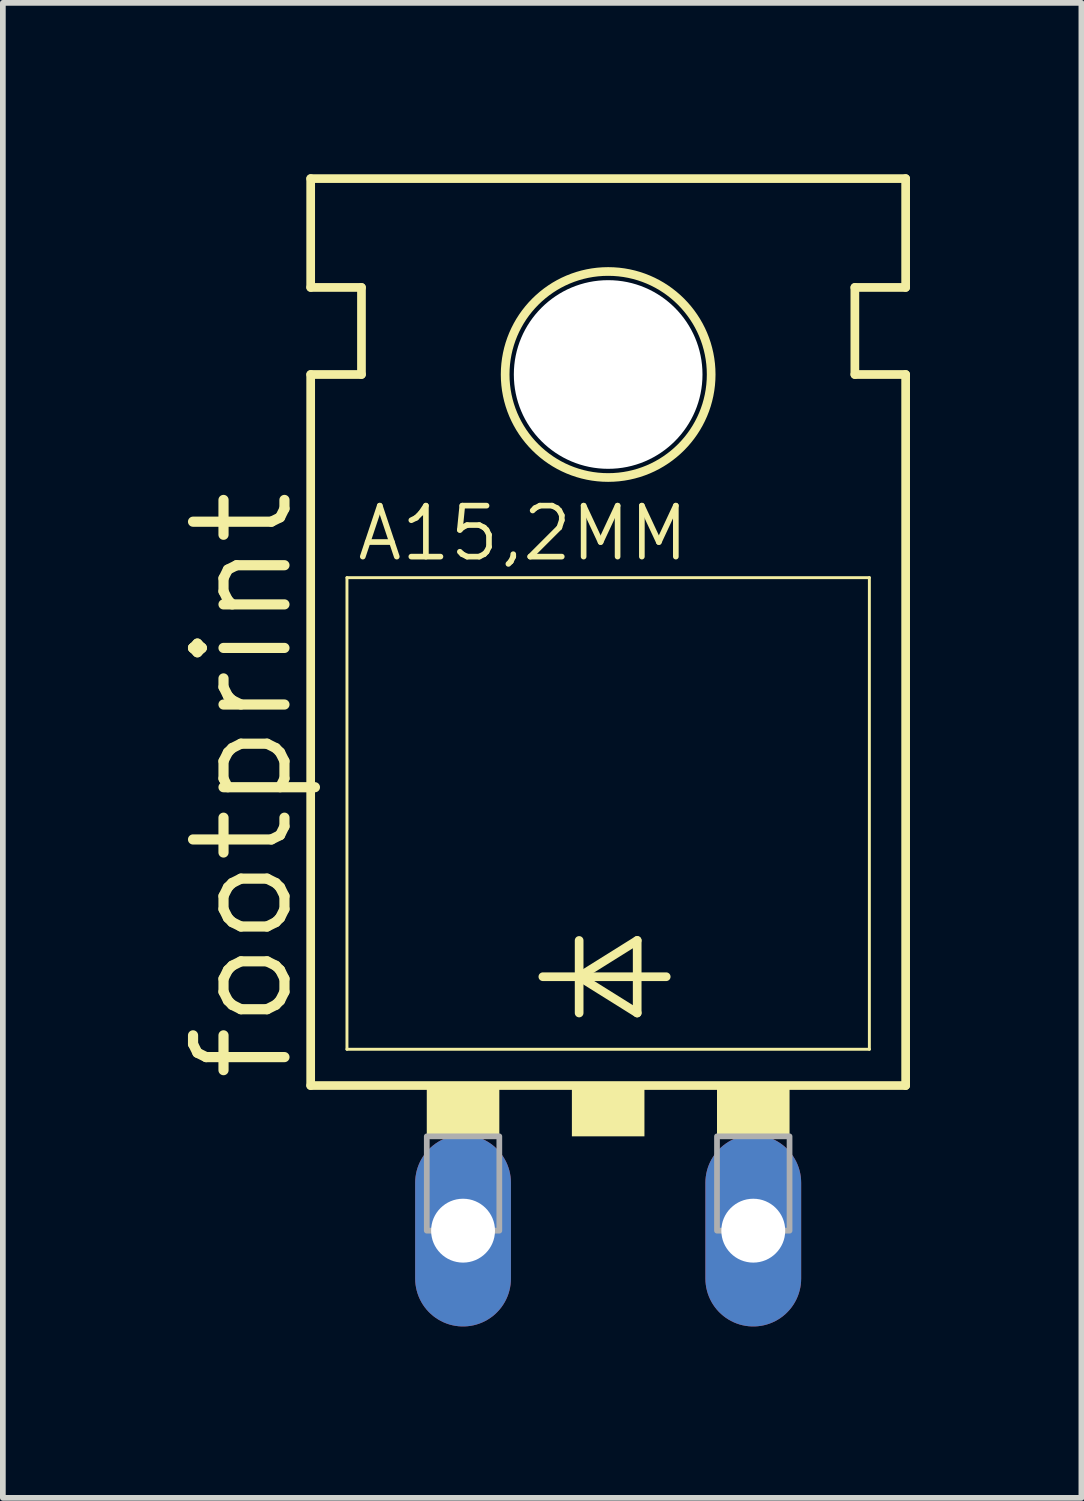
<source format=kicad_pcb>
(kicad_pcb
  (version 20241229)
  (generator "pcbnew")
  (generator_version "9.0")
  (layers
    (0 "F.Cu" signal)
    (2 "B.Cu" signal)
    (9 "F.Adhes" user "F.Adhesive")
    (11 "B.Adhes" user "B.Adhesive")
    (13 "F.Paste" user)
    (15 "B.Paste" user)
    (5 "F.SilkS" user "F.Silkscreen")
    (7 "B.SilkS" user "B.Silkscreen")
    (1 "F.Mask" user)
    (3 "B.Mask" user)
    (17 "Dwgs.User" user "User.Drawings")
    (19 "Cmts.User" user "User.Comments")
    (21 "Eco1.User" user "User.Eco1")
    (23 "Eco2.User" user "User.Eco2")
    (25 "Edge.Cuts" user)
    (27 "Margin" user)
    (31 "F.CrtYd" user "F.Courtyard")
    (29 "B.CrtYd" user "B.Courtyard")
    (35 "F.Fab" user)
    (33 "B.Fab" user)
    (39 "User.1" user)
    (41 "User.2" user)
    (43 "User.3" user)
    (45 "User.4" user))
  (footprint "footprint"
    (layer "F.Cu")
    (at 7.595 14.681)
    (property "Reference" "footprint" (at -5.461 1.27 90) (layer "F.SilkS") (effects (font (size 1.6 1.6) (thickness 0.178)) (justify left bottom)))
    (fp_line (start -5.207 -12.7) (end -5.207 -14.605) (stroke (width 0.152) (type solid)) (layer "F.SilkS"))
    (fp_line (start -5.207 -11.176) (end -4.318 -11.176) (stroke (width 0.152) (type solid)) (layer "F.SilkS"))
    (fp_line (start -5.207 1.27) (end -5.207 -11.176) (stroke (width 0.152) (type solid)) (layer "F.SilkS"))
    (fp_line (start -5.207 1.27) (end 5.207 1.27) (stroke (width 0.152) (type solid)) (layer "F.SilkS"))
    (fp_line (start -4.572 0.635) (end -4.572 -7.62) (stroke (width 0.051) (type solid)) (layer "F.SilkS"))
    (fp_line (start -4.572 0.635) (end 4.572 0.635) (stroke (width 0.051) (type solid)) (layer "F.SilkS"))
    (fp_line (start -4.318 -12.7) (end -5.207 -12.7) (stroke (width 0.152) (type solid)) (layer "F.SilkS"))
    (fp_line (start -4.318 -11.176) (end -4.318 -12.7) (stroke (width 0.152) (type solid)) (layer "F.SilkS"))
    (fp_line (start -1.143 -0.635) (end -0.508 -0.635) (stroke (width 0.152) (type solid)) (layer "F.SilkS"))
    (fp_line (start -0.508 -1.27) (end -0.508 -0.635) (stroke (width 0.152) (type solid)) (layer "F.SilkS"))
    (fp_line (start -0.508 -0.635) (end -0.508 0) (stroke (width 0.152) (type solid)) (layer "F.SilkS"))
    (fp_line (start -0.508 -0.635) (end 0.508 -1.27) (stroke (width 0.152) (type solid)) (layer "F.SilkS"))
    (fp_line (start -0.508 -0.635) (end 1.016 -0.635) (stroke (width 0.152) (type solid)) (layer "F.SilkS"))
    (fp_line (start 0.508 -1.27) (end 0.508 0) (stroke (width 0.152) (type solid)) (layer "F.SilkS"))
    (fp_line (start 0.508 0) (end -0.508 -0.635) (stroke (width 0.152) (type solid)) (layer "F.SilkS"))
    (fp_line (start 4.318 -12.7) (end 5.207 -12.7) (stroke (width 0.152) (type solid)) (layer "F.SilkS"))
    (fp_line (start 4.318 -11.176) (end 4.318 -12.7) (stroke (width 0.152) (type solid)) (layer "F.SilkS"))
    (fp_line (start 4.572 -7.62) (end -4.572 -7.62) (stroke (width 0.051) (type solid)) (layer "F.SilkS"))
    (fp_line (start 4.572 -7.62) (end 4.572 0.635) (stroke (width 0.051) (type solid)) (layer "F.SilkS"))
    (fp_line (start 5.207 -14.605) (end -5.207 -14.605) (stroke (width 0.152) (type solid)) (layer "F.SilkS"))
    (fp_line (start 5.207 -12.7) (end 5.207 -14.605) (stroke (width 0.152) (type solid)) (layer "F.SilkS"))
    (fp_line (start 5.207 -11.176) (end 4.318 -11.176) (stroke (width 0.152) (type solid)) (layer "F.SilkS"))
    (fp_line (start 5.207 1.27) (end 5.207 -11.176) (stroke (width 0.152) (type solid)) (layer "F.SilkS"))
    (fp_circle (center 0 -11.176) (end 1.803 -11.176) (stroke (width 0.152) (type solid)) (fill no) (layer "F.SilkS"))
    (fp_poly (pts (xy -3.175 2.159) (xy -1.905 2.159) (xy -1.905 1.27) (xy -3.175 1.27)) (stroke (width 0) (type solid)) (fill yes) (layer "F.SilkS"))
    (fp_poly (pts (xy -0.635 2.159) (xy 0.635 2.159) (xy 0.635 1.27) (xy -0.635 1.27)) (stroke (width 0) (type solid)) (fill yes) (layer "F.SilkS"))
    (fp_poly (pts (xy 1.905 2.159) (xy 3.175 2.159) (xy 3.175 1.27) (xy 1.905 1.27)) (stroke (width 0) (type solid)) (fill yes) (layer "F.SilkS"))
    (fp_poly (pts (xy -3.175 3.81) (xy -1.905 3.81) (xy -1.905 2.159) (xy -3.175 2.159)) (stroke (width 0.1) (type solid)) (fill no) (layer "F.Fab"))
    (fp_poly (pts (xy 1.905 3.81) (xy 3.175 3.81) (xy 3.175 2.159) (xy 1.905 2.159)) (stroke (width 0.1) (type solid)) (fill no) (layer "F.Fab"))
    (fp_text user "A15,2MM" (at -4.445 -7.874 0) (layer "F.SilkS") (effects (font (size 0.892 0.892) (thickness 0.099)) (justify left bottom)))
    (pad "" np_thru_hole circle (at 0 -11.176) (size 3.302 3.302) (drill 3.302) (layers "*.Cu" "*.Mask"))
    (pad "A" thru_hole oval (at 2.54 3.81 90) (size 3.353 1.676) (drill 1.118) (layers "*.Cu" "*.Mask"))
    (pad "C" thru_hole oval (at -2.54 3.81 90) (size 3.353 1.676) (drill 1.118) (layers "*.Cu" "*.Mask"))
    (zone (net_name "") (layers "F.Cu" "B.Cu") (hatch edge 0.508) (connect_pads) (min_thickness 0.254) (filled_areas_thickness no) (keepout (tracks allowed) (vias not_allowed) (pads allowed) (copperpour allowed) (footprints allowed)) (placement (enabled no)) (fill) (polygon (pts (xy 10.516 3.505) (xy 10.471 2.998) (xy 10.339 2.506) (xy 10.124 2.045) (xy 9.832 1.628) (xy 9.472 1.268) (xy 9.055 0.976) (xy 8.594 0.76) (xy 8.102 0.629) (xy 7.595 0.584) (xy 7.087 0.629) (xy 6.596 0.76) (xy 6.134 0.976) (xy 5.717 1.268) (xy 5.357 1.628) (xy 5.065 2.045) (xy 4.85 2.506) (xy 4.718 2.998) (xy 4.674 3.505) (xy 4.718 4.012) (xy 4.85 4.504) (xy 5.065 4.966) (xy 5.357 5.383) (xy 5.717 5.743) (xy 6.134 6.035) (xy 6.596 6.25) (xy 7.087 6.382) (xy 7.595 6.426) (xy 8.102 6.382) (xy 8.594 6.25) (xy 9.055 6.035) (xy 9.472 5.743) (xy 9.832 5.383) (xy 10.124 4.966) (xy 10.339 4.504) (xy 10.471 4.012))))
    (zone (net_name "") (layer "B.Cu") (hatch edge 0.508) (connect_pads) (min_thickness 0.254) (filled_areas_thickness no) (keepout (tracks not_allowed) (vias not_allowed) (pads not_allowed) (copperpour not_allowed) (footprints allowed)) (placement (enabled no)) (fill) (polygon (pts (xy 10.516 3.505) (xy 10.471 2.998) (xy 10.339 2.506) (xy 10.124 2.045) (xy 9.832 1.628) (xy 9.472 1.268) (xy 9.055 0.976) (xy 8.594 0.76) (xy 8.102 0.629) (xy 7.595 0.584) (xy 7.087 0.629) (xy 6.596 0.76) (xy 6.134 0.976) (xy 5.717 1.268) (xy 5.357 1.628) (xy 5.065 2.045) (xy 4.85 2.506) (xy 4.718 2.998) (xy 4.674 3.505) (xy 4.718 4.012) (xy 4.85 4.504) (xy 5.065 4.966) (xy 5.357 5.383) (xy 5.717 5.743) (xy 6.134 6.035) (xy 6.596 6.25) (xy 7.087 6.382) (xy 7.595 6.426) (xy 8.102 6.382) (xy 8.594 6.25) (xy 9.055 6.035) (xy 9.472 5.743) (xy 9.832 5.383) (xy 10.124 4.966) (xy 10.339 4.504) (xy 10.471 4.012)))))
  (gr_rect
    (start -3 -3)
    (end 15.878 23.168)
    (stroke (width 0.1) (type default))
    (fill no)
    (layer "Edge.Cuts")))
</source>
